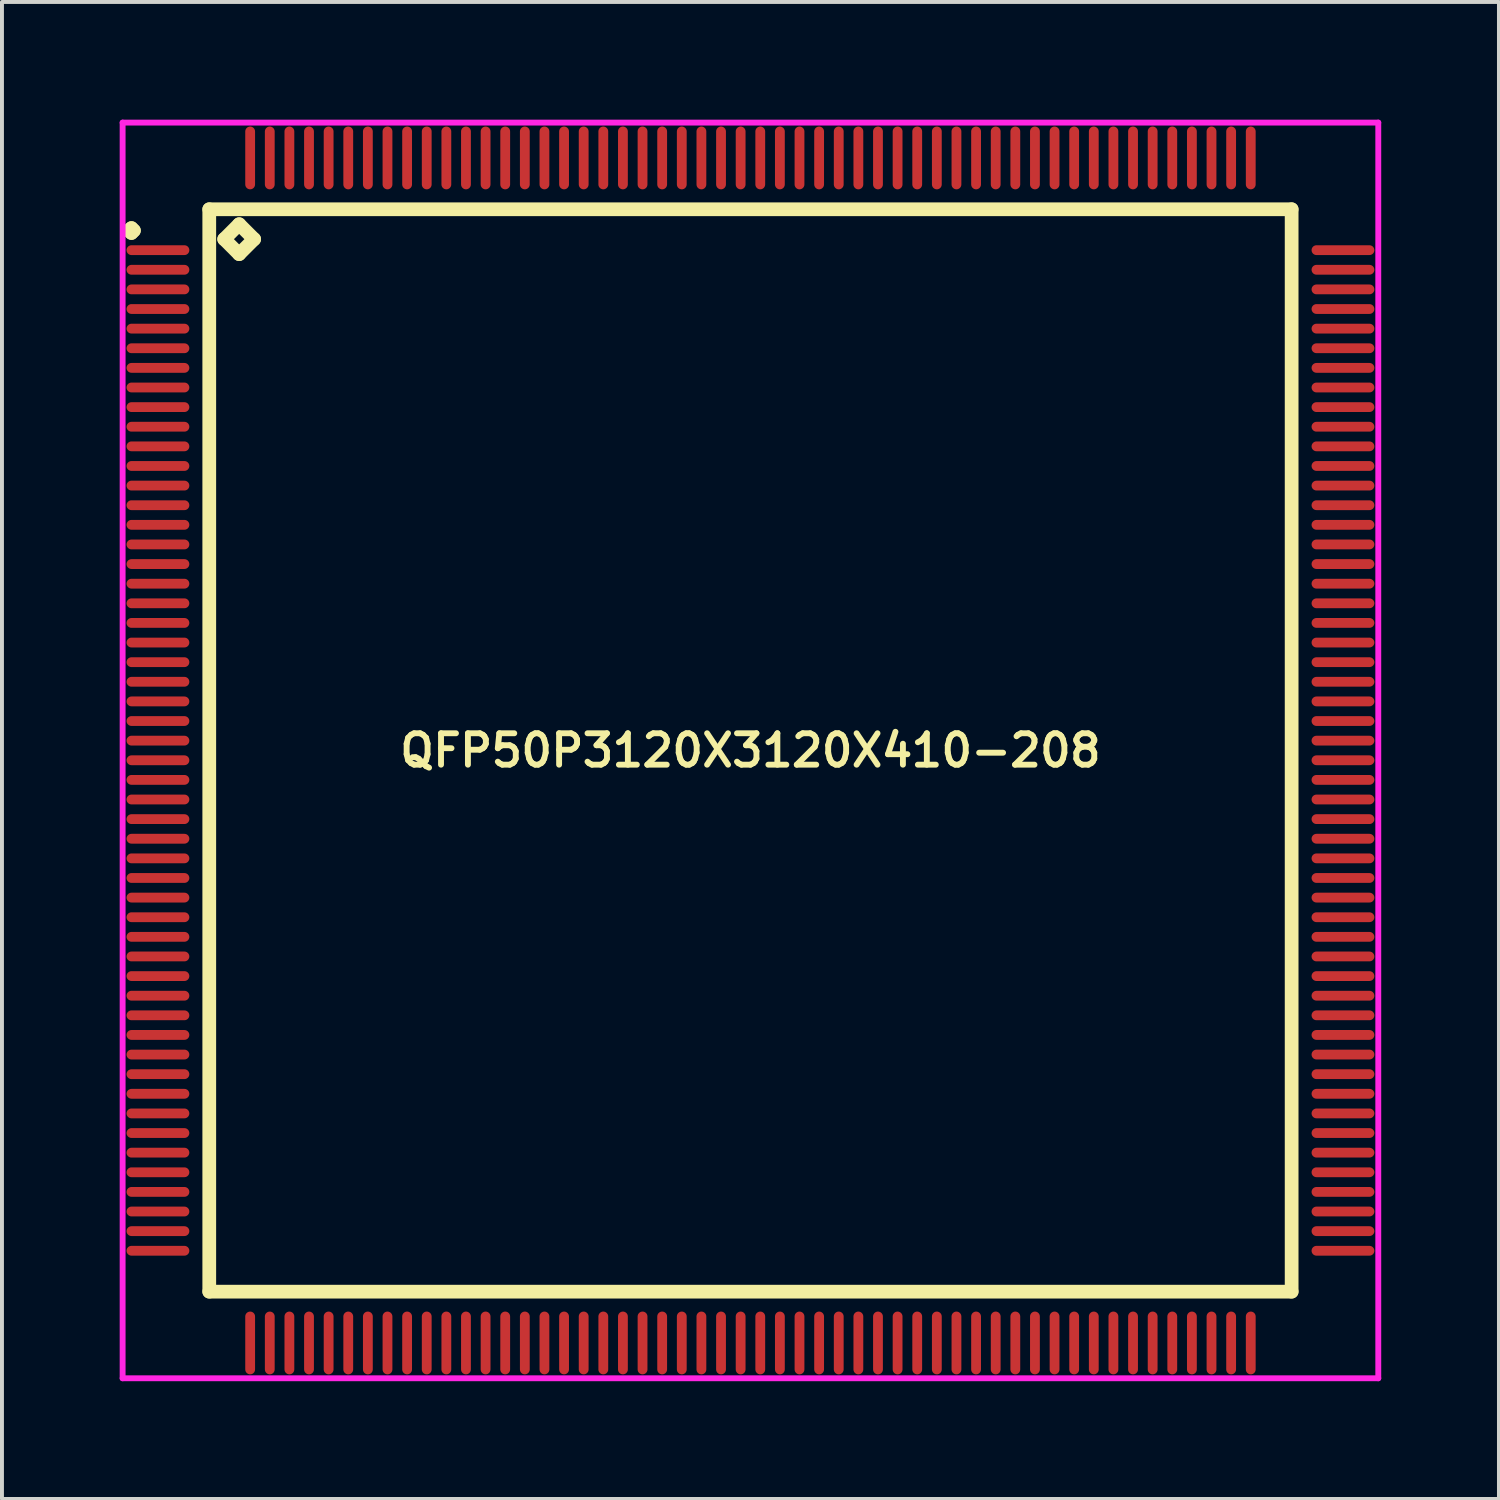
<source format=kicad_pcb>
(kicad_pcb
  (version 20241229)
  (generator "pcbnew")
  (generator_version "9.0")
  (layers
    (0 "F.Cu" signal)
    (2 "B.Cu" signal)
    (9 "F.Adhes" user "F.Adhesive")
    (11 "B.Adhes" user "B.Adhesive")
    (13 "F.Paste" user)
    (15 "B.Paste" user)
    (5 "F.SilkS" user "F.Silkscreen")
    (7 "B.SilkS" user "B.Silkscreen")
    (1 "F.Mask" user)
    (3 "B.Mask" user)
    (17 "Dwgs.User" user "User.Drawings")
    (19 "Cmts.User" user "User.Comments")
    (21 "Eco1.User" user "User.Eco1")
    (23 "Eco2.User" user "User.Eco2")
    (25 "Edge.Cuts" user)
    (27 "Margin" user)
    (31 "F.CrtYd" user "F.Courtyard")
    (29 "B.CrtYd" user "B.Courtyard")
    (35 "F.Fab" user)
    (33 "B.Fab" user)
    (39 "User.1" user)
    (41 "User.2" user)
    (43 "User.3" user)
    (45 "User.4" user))
  (footprint "QFP50P3120X3120X410-208"
    (layer "F.Cu")
    (at 16.075 16.075)
    (property "Reference" "QFP50P3120X3120X410-208" (at 0 0 0) (layer "F.SilkS") (effects (font (size 0.8 0.8) (thickness 0.15))))
    (attr smd)
    (fp_line (start -15.838 -13.25) (end -15.775 -13.312) (stroke (width 0.35) (type solid)) (layer "F.SilkS"))
    (fp_line (start -15.775 -13.312) (end -15.713 -13.25) (stroke (width 0.35) (type solid)) (layer "F.SilkS"))
    (fp_line (start -15.775 -13.188) (end -15.838 -13.25) (stroke (width 0.35) (type solid)) (layer "F.SilkS"))
    (fp_line (start -15.713 -13.25) (end -15.775 -13.188) (stroke (width 0.35) (type solid)) (layer "F.SilkS"))
    (fp_line (start -13.792 -13.792) (end -13.792 13.792) (stroke (width 0.35) (type solid)) (layer "F.SilkS"))
    (fp_line (start -13.792 13.792) (end 13.792 13.792) (stroke (width 0.35) (type solid)) (layer "F.SilkS"))
    (fp_line (start -13.411 -13.03) (end -13.03 -13.411) (stroke (width 0.35) (type solid)) (layer "F.SilkS"))
    (fp_line (start -13.03 -13.411) (end -12.649 -13.03) (stroke (width 0.35) (type solid)) (layer "F.SilkS"))
    (fp_line (start -13.03 -12.649) (end -13.411 -13.03) (stroke (width 0.35) (type solid)) (layer "F.SilkS"))
    (fp_line (start -12.649 -13.03) (end -13.03 -12.649) (stroke (width 0.35) (type solid)) (layer "F.SilkS"))
    (fp_line (start 13.792 -13.792) (end -13.792 -13.792) (stroke (width 0.35) (type solid)) (layer "F.SilkS"))
    (fp_line (start 13.792 13.792) (end 13.792 -13.792) (stroke (width 0.35) (type solid)) (layer "F.SilkS"))
    (fp_line (start -16 -16) (end 16 -16) (stroke (width 0.15) (type solid)) (layer "F.CrtYd"))
    (fp_line (start -16 16) (end -16 -16) (stroke (width 0.15) (type solid)) (layer "F.CrtYd"))
    (fp_line (start 16 -16) (end 16 16) (stroke (width 0.15) (type solid)) (layer "F.CrtYd"))
    (fp_line (start 16 16) (end -16 16) (stroke (width 0.15) (type solid)) (layer "F.CrtYd"))
    (pad "1" smd oval (at -15.1 -12.75) (size 1.6 0.25) (layers "F.Cu" "F.Mask" "F.Paste"))
    (pad "2" smd oval (at -15.1 -12.25) (size 1.6 0.25) (layers "F.Cu" "F.Mask" "F.Paste"))
    (pad "3" smd oval (at -15.1 -11.75) (size 1.6 0.25) (layers "F.Cu" "F.Mask" "F.Paste"))
    (pad "4" smd oval (at -15.1 -11.25) (size 1.6 0.25) (layers "F.Cu" "F.Mask" "F.Paste"))
    (pad "5" smd oval (at -15.1 -10.75) (size 1.6 0.25) (layers "F.Cu" "F.Mask" "F.Paste"))
    (pad "6" smd oval (at -15.1 -10.25) (size 1.6 0.25) (layers "F.Cu" "F.Mask" "F.Paste"))
    (pad "7" smd oval (at -15.1 -9.75) (size 1.6 0.25) (layers "F.Cu" "F.Mask" "F.Paste"))
    (pad "8" smd oval (at -15.1 -9.25) (size 1.6 0.25) (layers "F.Cu" "F.Mask" "F.Paste"))
    (pad "9" smd oval (at -15.1 -8.75) (size 1.6 0.25) (layers "F.Cu" "F.Mask" "F.Paste"))
    (pad "10" smd oval (at -15.1 -8.25) (size 1.6 0.25) (layers "F.Cu" "F.Mask" "F.Paste"))
    (pad "11" smd oval (at -15.1 -7.75) (size 1.6 0.25) (layers "F.Cu" "F.Mask" "F.Paste"))
    (pad "12" smd oval (at -15.1 -7.25) (size 1.6 0.25) (layers "F.Cu" "F.Mask" "F.Paste"))
    (pad "13" smd oval (at -15.1 -6.75) (size 1.6 0.25) (layers "F.Cu" "F.Mask" "F.Paste"))
    (pad "14" smd oval (at -15.1 -6.25) (size 1.6 0.25) (layers "F.Cu" "F.Mask" "F.Paste"))
    (pad "15" smd oval (at -15.1 -5.75) (size 1.6 0.25) (layers "F.Cu" "F.Mask" "F.Paste"))
    (pad "16" smd oval (at -15.1 -5.25) (size 1.6 0.25) (layers "F.Cu" "F.Mask" "F.Paste"))
    (pad "17" smd oval (at -15.1 -4.75) (size 1.6 0.25) (layers "F.Cu" "F.Mask" "F.Paste"))
    (pad "18" smd oval (at -15.1 -4.25) (size 1.6 0.25) (layers "F.Cu" "F.Mask" "F.Paste"))
    (pad "19" smd oval (at -15.1 -3.75) (size 1.6 0.25) (layers "F.Cu" "F.Mask" "F.Paste"))
    (pad "20" smd oval (at -15.1 -3.25) (size 1.6 0.25) (layers "F.Cu" "F.Mask" "F.Paste"))
    (pad "21" smd oval (at -15.1 -2.75) (size 1.6 0.25) (layers "F.Cu" "F.Mask" "F.Paste"))
    (pad "22" smd oval (at -15.1 -2.25) (size 1.6 0.25) (layers "F.Cu" "F.Mask" "F.Paste"))
    (pad "23" smd oval (at -15.1 -1.75) (size 1.6 0.25) (layers "F.Cu" "F.Mask" "F.Paste"))
    (pad "24" smd oval (at -15.1 -1.25) (size 1.6 0.25) (layers "F.Cu" "F.Mask" "F.Paste"))
    (pad "25" smd oval (at -15.1 -0.75) (size 1.6 0.25) (layers "F.Cu" "F.Mask" "F.Paste"))
    (pad "26" smd oval (at -15.1 -0.25) (size 1.6 0.25) (layers "F.Cu" "F.Mask" "F.Paste"))
    (pad "27" smd oval (at -15.1 0.25) (size 1.6 0.25) (layers "F.Cu" "F.Mask" "F.Paste"))
    (pad "28" smd oval (at -15.1 0.75) (size 1.6 0.25) (layers "F.Cu" "F.Mask" "F.Paste"))
    (pad "29" smd oval (at -15.1 1.25) (size 1.6 0.25) (layers "F.Cu" "F.Mask" "F.Paste"))
    (pad "30" smd oval (at -15.1 1.75) (size 1.6 0.25) (layers "F.Cu" "F.Mask" "F.Paste"))
    (pad "31" smd oval (at -15.1 2.25) (size 1.6 0.25) (layers "F.Cu" "F.Mask" "F.Paste"))
    (pad "32" smd oval (at -15.1 2.75) (size 1.6 0.25) (layers "F.Cu" "F.Mask" "F.Paste"))
    (pad "33" smd oval (at -15.1 3.25) (size 1.6 0.25) (layers "F.Cu" "F.Mask" "F.Paste"))
    (pad "34" smd oval (at -15.1 3.75) (size 1.6 0.25) (layers "F.Cu" "F.Mask" "F.Paste"))
    (pad "35" smd oval (at -15.1 4.25) (size 1.6 0.25) (layers "F.Cu" "F.Mask" "F.Paste"))
    (pad "36" smd oval (at -15.1 4.75) (size 1.6 0.25) (layers "F.Cu" "F.Mask" "F.Paste"))
    (pad "37" smd oval (at -15.1 5.25) (size 1.6 0.25) (layers "F.Cu" "F.Mask" "F.Paste"))
    (pad "38" smd oval (at -15.1 5.75) (size 1.6 0.25) (layers "F.Cu" "F.Mask" "F.Paste"))
    (pad "39" smd oval (at -15.1 6.25) (size 1.6 0.25) (layers "F.Cu" "F.Mask" "F.Paste"))
    (pad "40" smd oval (at -15.1 6.75) (size 1.6 0.25) (layers "F.Cu" "F.Mask" "F.Paste"))
    (pad "41" smd oval (at -15.1 7.25) (size 1.6 0.25) (layers "F.Cu" "F.Mask" "F.Paste"))
    (pad "42" smd oval (at -15.1 7.75) (size 1.6 0.25) (layers "F.Cu" "F.Mask" "F.Paste"))
    (pad "43" smd oval (at -15.1 8.25) (size 1.6 0.25) (layers "F.Cu" "F.Mask" "F.Paste"))
    (pad "44" smd oval (at -15.1 8.75) (size 1.6 0.25) (layers "F.Cu" "F.Mask" "F.Paste"))
    (pad "45" smd oval (at -15.1 9.25) (size 1.6 0.25) (layers "F.Cu" "F.Mask" "F.Paste"))
    (pad "46" smd oval (at -15.1 9.75) (size 1.6 0.25) (layers "F.Cu" "F.Mask" "F.Paste"))
    (pad "47" smd oval (at -15.1 10.25) (size 1.6 0.25) (layers "F.Cu" "F.Mask" "F.Paste"))
    (pad "48" smd oval (at -15.1 10.75) (size 1.6 0.25) (layers "F.Cu" "F.Mask" "F.Paste"))
    (pad "49" smd oval (at -15.1 11.25) (size 1.6 0.25) (layers "F.Cu" "F.Mask" "F.Paste"))
    (pad "50" smd oval (at -15.1 11.75) (size 1.6 0.25) (layers "F.Cu" "F.Mask" "F.Paste"))
    (pad "51" smd oval (at -15.1 12.25) (size 1.6 0.25) (layers "F.Cu" "F.Mask" "F.Paste"))
    (pad "52" smd oval (at -15.1 12.75) (size 1.6 0.25) (layers "F.Cu" "F.Mask" "F.Paste"))
    (pad "53" smd oval (at -12.75 15.1) (size 0.25 1.6) (layers "F.Cu" "F.Mask" "F.Paste"))
    (pad "54" smd oval (at -12.25 15.1) (size 0.25 1.6) (layers "F.Cu" "F.Mask" "F.Paste"))
    (pad "55" smd oval (at -11.75 15.1) (size 0.25 1.6) (layers "F.Cu" "F.Mask" "F.Paste"))
    (pad "56" smd oval (at -11.25 15.1) (size 0.25 1.6) (layers "F.Cu" "F.Mask" "F.Paste"))
    (pad "57" smd oval (at -10.75 15.1) (size 0.25 1.6) (layers "F.Cu" "F.Mask" "F.Paste"))
    (pad "58" smd oval (at -10.25 15.1) (size 0.25 1.6) (layers "F.Cu" "F.Mask" "F.Paste"))
    (pad "59" smd oval (at -9.75 15.1) (size 0.25 1.6) (layers "F.Cu" "F.Mask" "F.Paste"))
    (pad "60" smd oval (at -9.25 15.1) (size 0.25 1.6) (layers "F.Cu" "F.Mask" "F.Paste"))
    (pad "61" smd oval (at -8.75 15.1) (size 0.25 1.6) (layers "F.Cu" "F.Mask" "F.Paste"))
    (pad "62" smd oval (at -8.25 15.1) (size 0.25 1.6) (layers "F.Cu" "F.Mask" "F.Paste"))
    (pad "63" smd oval (at -7.75 15.1) (size 0.25 1.6) (layers "F.Cu" "F.Mask" "F.Paste"))
    (pad "64" smd oval (at -7.25 15.1) (size 0.25 1.6) (layers "F.Cu" "F.Mask" "F.Paste"))
    (pad "65" smd oval (at -6.75 15.1) (size 0.25 1.6) (layers "F.Cu" "F.Mask" "F.Paste"))
    (pad "66" smd oval (at -6.25 15.1) (size 0.25 1.6) (layers "F.Cu" "F.Mask" "F.Paste"))
    (pad "67" smd oval (at -5.75 15.1) (size 0.25 1.6) (layers "F.Cu" "F.Mask" "F.Paste"))
    (pad "68" smd oval (at -5.25 15.1) (size 0.25 1.6) (layers "F.Cu" "F.Mask" "F.Paste"))
    (pad "69" smd oval (at -4.75 15.1) (size 0.25 1.6) (layers "F.Cu" "F.Mask" "F.Paste"))
    (pad "70" smd oval (at -4.25 15.1) (size 0.25 1.6) (layers "F.Cu" "F.Mask" "F.Paste"))
    (pad "71" smd oval (at -3.75 15.1) (size 0.25 1.6) (layers "F.Cu" "F.Mask" "F.Paste"))
    (pad "72" smd oval (at -3.25 15.1) (size 0.25 1.6) (layers "F.Cu" "F.Mask" "F.Paste"))
    (pad "73" smd oval (at -2.75 15.1) (size 0.25 1.6) (layers "F.Cu" "F.Mask" "F.Paste"))
    (pad "74" smd oval (at -2.25 15.1) (size 0.25 1.6) (layers "F.Cu" "F.Mask" "F.Paste"))
    (pad "75" smd oval (at -1.75 15.1) (size 0.25 1.6) (layers "F.Cu" "F.Mask" "F.Paste"))
    (pad "76" smd oval (at -1.25 15.1) (size 0.25 1.6) (layers "F.Cu" "F.Mask" "F.Paste"))
    (pad "77" smd oval (at -0.75 15.1) (size 0.25 1.6) (layers "F.Cu" "F.Mask" "F.Paste"))
    (pad "78" smd oval (at -0.25 15.1) (size 0.25 1.6) (layers "F.Cu" "F.Mask" "F.Paste"))
    (pad "79" smd oval (at 0.25 15.1) (size 0.25 1.6) (layers "F.Cu" "F.Mask" "F.Paste"))
    (pad "80" smd oval (at 0.75 15.1) (size 0.25 1.6) (layers "F.Cu" "F.Mask" "F.Paste"))
    (pad "81" smd oval (at 1.25 15.1) (size 0.25 1.6) (layers "F.Cu" "F.Mask" "F.Paste"))
    (pad "82" smd oval (at 1.75 15.1) (size 0.25 1.6) (layers "F.Cu" "F.Mask" "F.Paste"))
    (pad "83" smd oval (at 2.25 15.1) (size 0.25 1.6) (layers "F.Cu" "F.Mask" "F.Paste"))
    (pad "84" smd oval (at 2.75 15.1) (size 0.25 1.6) (layers "F.Cu" "F.Mask" "F.Paste"))
    (pad "85" smd oval (at 3.25 15.1) (size 0.25 1.6) (layers "F.Cu" "F.Mask" "F.Paste"))
    (pad "86" smd oval (at 3.75 15.1) (size 0.25 1.6) (layers "F.Cu" "F.Mask" "F.Paste"))
    (pad "87" smd oval (at 4.25 15.1) (size 0.25 1.6) (layers "F.Cu" "F.Mask" "F.Paste"))
    (pad "88" smd oval (at 4.75 15.1) (size 0.25 1.6) (layers "F.Cu" "F.Mask" "F.Paste"))
    (pad "89" smd oval (at 5.25 15.1) (size 0.25 1.6) (layers "F.Cu" "F.Mask" "F.Paste"))
    (pad "90" smd oval (at 5.75 15.1) (size 0.25 1.6) (layers "F.Cu" "F.Mask" "F.Paste"))
    (pad "91" smd oval (at 6.25 15.1) (size 0.25 1.6) (layers "F.Cu" "F.Mask" "F.Paste"))
    (pad "92" smd oval (at 6.75 15.1) (size 0.25 1.6) (layers "F.Cu" "F.Mask" "F.Paste"))
    (pad "93" smd oval (at 7.25 15.1) (size 0.25 1.6) (layers "F.Cu" "F.Mask" "F.Paste"))
    (pad "94" smd oval (at 7.75 15.1) (size 0.25 1.6) (layers "F.Cu" "F.Mask" "F.Paste"))
    (pad "95" smd oval (at 8.25 15.1) (size 0.25 1.6) (layers "F.Cu" "F.Mask" "F.Paste"))
    (pad "96" smd oval (at 8.75 15.1) (size 0.25 1.6) (layers "F.Cu" "F.Mask" "F.Paste"))
    (pad "97" smd oval (at 9.25 15.1) (size 0.25 1.6) (layers "F.Cu" "F.Mask" "F.Paste"))
    (pad "98" smd oval (at 9.75 15.1) (size 0.25 1.6) (layers "F.Cu" "F.Mask" "F.Paste"))
    (pad "99" smd oval (at 10.25 15.1) (size 0.25 1.6) (layers "F.Cu" "F.Mask" "F.Paste"))
    (pad "100" smd oval (at 10.75 15.1) (size 0.25 1.6) (layers "F.Cu" "F.Mask" "F.Paste"))
    (pad "101" smd oval (at 11.25 15.1) (size 0.25 1.6) (layers "F.Cu" "F.Mask" "F.Paste"))
    (pad "102" smd oval (at 11.75 15.1) (size 0.25 1.6) (layers "F.Cu" "F.Mask" "F.Paste"))
    (pad "103" smd oval (at 12.25 15.1) (size 0.25 1.6) (layers "F.Cu" "F.Mask" "F.Paste"))
    (pad "104" smd oval (at 12.75 15.1) (size 0.25 1.6) (layers "F.Cu" "F.Mask" "F.Paste"))
    (pad "105" smd oval (at 15.1 12.75) (size 1.6 0.25) (layers "F.Cu" "F.Mask" "F.Paste"))
    (pad "106" smd oval (at 15.1 12.25) (size 1.6 0.25) (layers "F.Cu" "F.Mask" "F.Paste"))
    (pad "107" smd oval (at 15.1 11.75) (size 1.6 0.25) (layers "F.Cu" "F.Mask" "F.Paste"))
    (pad "108" smd oval (at 15.1 11.25) (size 1.6 0.25) (layers "F.Cu" "F.Mask" "F.Paste"))
    (pad "109" smd oval (at 15.1 10.75) (size 1.6 0.25) (layers "F.Cu" "F.Mask" "F.Paste"))
    (pad "110" smd oval (at 15.1 10.25) (size 1.6 0.25) (layers "F.Cu" "F.Mask" "F.Paste"))
    (pad "111" smd oval (at 15.1 9.75) (size 1.6 0.25) (layers "F.Cu" "F.Mask" "F.Paste"))
    (pad "112" smd oval (at 15.1 9.25) (size 1.6 0.25) (layers "F.Cu" "F.Mask" "F.Paste"))
    (pad "113" smd oval (at 15.1 8.75) (size 1.6 0.25) (layers "F.Cu" "F.Mask" "F.Paste"))
    (pad "114" smd oval (at 15.1 8.25) (size 1.6 0.25) (layers "F.Cu" "F.Mask" "F.Paste"))
    (pad "115" smd oval (at 15.1 7.75) (size 1.6 0.25) (layers "F.Cu" "F.Mask" "F.Paste"))
    (pad "116" smd oval (at 15.1 7.25) (size 1.6 0.25) (layers "F.Cu" "F.Mask" "F.Paste"))
    (pad "117" smd oval (at 15.1 6.75) (size 1.6 0.25) (layers "F.Cu" "F.Mask" "F.Paste"))
    (pad "118" smd oval (at 15.1 6.25) (size 1.6 0.25) (layers "F.Cu" "F.Mask" "F.Paste"))
    (pad "119" smd oval (at 15.1 5.75) (size 1.6 0.25) (layers "F.Cu" "F.Mask" "F.Paste"))
    (pad "120" smd oval (at 15.1 5.25) (size 1.6 0.25) (layers "F.Cu" "F.Mask" "F.Paste"))
    (pad "121" smd oval (at 15.1 4.75) (size 1.6 0.25) (layers "F.Cu" "F.Mask" "F.Paste"))
    (pad "122" smd oval (at 15.1 4.25) (size 1.6 0.25) (layers "F.Cu" "F.Mask" "F.Paste"))
    (pad "123" smd oval (at 15.1 3.75) (size 1.6 0.25) (layers "F.Cu" "F.Mask" "F.Paste"))
    (pad "124" smd oval (at 15.1 3.25) (size 1.6 0.25) (layers "F.Cu" "F.Mask" "F.Paste"))
    (pad "125" smd oval (at 15.1 2.75) (size 1.6 0.25) (layers "F.Cu" "F.Mask" "F.Paste"))
    (pad "126" smd oval (at 15.1 2.25) (size 1.6 0.25) (layers "F.Cu" "F.Mask" "F.Paste"))
    (pad "127" smd oval (at 15.1 1.75) (size 1.6 0.25) (layers "F.Cu" "F.Mask" "F.Paste"))
    (pad "128" smd oval (at 15.1 1.25) (size 1.6 0.25) (layers "F.Cu" "F.Mask" "F.Paste"))
    (pad "129" smd oval (at 15.1 0.75) (size 1.6 0.25) (layers "F.Cu" "F.Mask" "F.Paste"))
    (pad "130" smd oval (at 15.1 0.25) (size 1.6 0.25) (layers "F.Cu" "F.Mask" "F.Paste"))
    (pad "131" smd oval (at 15.1 -0.25) (size 1.6 0.25) (layers "F.Cu" "F.Mask" "F.Paste"))
    (pad "132" smd oval (at 15.1 -0.75) (size 1.6 0.25) (layers "F.Cu" "F.Mask" "F.Paste"))
    (pad "133" smd oval (at 15.1 -1.25) (size 1.6 0.25) (layers "F.Cu" "F.Mask" "F.Paste"))
    (pad "134" smd oval (at 15.1 -1.75) (size 1.6 0.25) (layers "F.Cu" "F.Mask" "F.Paste"))
    (pad "135" smd oval (at 15.1 -2.25) (size 1.6 0.25) (layers "F.Cu" "F.Mask" "F.Paste"))
    (pad "136" smd oval (at 15.1 -2.75) (size 1.6 0.25) (layers "F.Cu" "F.Mask" "F.Paste"))
    (pad "137" smd oval (at 15.1 -3.25) (size 1.6 0.25) (layers "F.Cu" "F.Mask" "F.Paste"))
    (pad "138" smd oval (at 15.1 -3.75) (size 1.6 0.25) (layers "F.Cu" "F.Mask" "F.Paste"))
    (pad "139" smd oval (at 15.1 -4.25) (size 1.6 0.25) (layers "F.Cu" "F.Mask" "F.Paste"))
    (pad "140" smd oval (at 15.1 -4.75) (size 1.6 0.25) (layers "F.Cu" "F.Mask" "F.Paste"))
    (pad "141" smd oval (at 15.1 -5.25) (size 1.6 0.25) (layers "F.Cu" "F.Mask" "F.Paste"))
    (pad "142" smd oval (at 15.1 -5.75) (size 1.6 0.25) (layers "F.Cu" "F.Mask" "F.Paste"))
    (pad "143" smd oval (at 15.1 -6.25) (size 1.6 0.25) (layers "F.Cu" "F.Mask" "F.Paste"))
    (pad "144" smd oval (at 15.1 -6.75) (size 1.6 0.25) (layers "F.Cu" "F.Mask" "F.Paste"))
    (pad "145" smd oval (at 15.1 -7.25) (size 1.6 0.25) (layers "F.Cu" "F.Mask" "F.Paste"))
    (pad "146" smd oval (at 15.1 -7.75) (size 1.6 0.25) (layers "F.Cu" "F.Mask" "F.Paste"))
    (pad "147" smd oval (at 15.1 -8.25) (size 1.6 0.25) (layers "F.Cu" "F.Mask" "F.Paste"))
    (pad "148" smd oval (at 15.1 -8.75) (size 1.6 0.25) (layers "F.Cu" "F.Mask" "F.Paste"))
    (pad "149" smd oval (at 15.1 -9.25) (size 1.6 0.25) (layers "F.Cu" "F.Mask" "F.Paste"))
    (pad "150" smd oval (at 15.1 -9.75) (size 1.6 0.25) (layers "F.Cu" "F.Mask" "F.Paste"))
    (pad "151" smd oval (at 15.1 -10.25) (size 1.6 0.25) (layers "F.Cu" "F.Mask" "F.Paste"))
    (pad "152" smd oval (at 15.1 -10.75) (size 1.6 0.25) (layers "F.Cu" "F.Mask" "F.Paste"))
    (pad "153" smd oval (at 15.1 -11.25) (size 1.6 0.25) (layers "F.Cu" "F.Mask" "F.Paste"))
    (pad "154" smd oval (at 15.1 -11.75) (size 1.6 0.25) (layers "F.Cu" "F.Mask" "F.Paste"))
    (pad "155" smd oval (at 15.1 -12.25) (size 1.6 0.25) (layers "F.Cu" "F.Mask" "F.Paste"))
    (pad "156" smd oval (at 15.1 -12.75) (size 1.6 0.25) (layers "F.Cu" "F.Mask" "F.Paste"))
    (pad "157" smd oval (at 12.75 -15.1) (size 0.25 1.6) (layers "F.Cu" "F.Mask" "F.Paste"))
    (pad "158" smd oval (at 12.25 -15.1) (size 0.25 1.6) (layers "F.Cu" "F.Mask" "F.Paste"))
    (pad "159" smd oval (at 11.75 -15.1) (size 0.25 1.6) (layers "F.Cu" "F.Mask" "F.Paste"))
    (pad "160" smd oval (at 11.25 -15.1) (size 0.25 1.6) (layers "F.Cu" "F.Mask" "F.Paste"))
    (pad "161" smd oval (at 10.75 -15.1) (size 0.25 1.6) (layers "F.Cu" "F.Mask" "F.Paste"))
    (pad "162" smd oval (at 10.25 -15.1) (size 0.25 1.6) (layers "F.Cu" "F.Mask" "F.Paste"))
    (pad "163" smd oval (at 9.75 -15.1) (size 0.25 1.6) (layers "F.Cu" "F.Mask" "F.Paste"))
    (pad "164" smd oval (at 9.25 -15.1) (size 0.25 1.6) (layers "F.Cu" "F.Mask" "F.Paste"))
    (pad "165" smd oval (at 8.75 -15.1) (size 0.25 1.6) (layers "F.Cu" "F.Mask" "F.Paste"))
    (pad "166" smd oval (at 8.25 -15.1) (size 0.25 1.6) (layers "F.Cu" "F.Mask" "F.Paste"))
    (pad "167" smd oval (at 7.75 -15.1) (size 0.25 1.6) (layers "F.Cu" "F.Mask" "F.Paste"))
    (pad "168" smd oval (at 7.25 -15.1) (size 0.25 1.6) (layers "F.Cu" "F.Mask" "F.Paste"))
    (pad "169" smd oval (at 6.75 -15.1) (size 0.25 1.6) (layers "F.Cu" "F.Mask" "F.Paste"))
    (pad "170" smd oval (at 6.25 -15.1) (size 0.25 1.6) (layers "F.Cu" "F.Mask" "F.Paste"))
    (pad "171" smd oval (at 5.75 -15.1) (size 0.25 1.6) (layers "F.Cu" "F.Mask" "F.Paste"))
    (pad "172" smd oval (at 5.25 -15.1) (size 0.25 1.6) (layers "F.Cu" "F.Mask" "F.Paste"))
    (pad "173" smd oval (at 4.75 -15.1) (size 0.25 1.6) (layers "F.Cu" "F.Mask" "F.Paste"))
    (pad "174" smd oval (at 4.25 -15.1) (size 0.25 1.6) (layers "F.Cu" "F.Mask" "F.Paste"))
    (pad "175" smd oval (at 3.75 -15.1) (size 0.25 1.6) (layers "F.Cu" "F.Mask" "F.Paste"))
    (pad "176" smd oval (at 3.25 -15.1) (size 0.25 1.6) (layers "F.Cu" "F.Mask" "F.Paste"))
    (pad "177" smd oval (at 2.75 -15.1) (size 0.25 1.6) (layers "F.Cu" "F.Mask" "F.Paste"))
    (pad "178" smd oval (at 2.25 -15.1) (size 0.25 1.6) (layers "F.Cu" "F.Mask" "F.Paste"))
    (pad "179" smd oval (at 1.75 -15.1) (size 0.25 1.6) (layers "F.Cu" "F.Mask" "F.Paste"))
    (pad "180" smd oval (at 1.25 -15.1) (size 0.25 1.6) (layers "F.Cu" "F.Mask" "F.Paste"))
    (pad "181" smd oval (at 0.75 -15.1) (size 0.25 1.6) (layers "F.Cu" "F.Mask" "F.Paste"))
    (pad "182" smd oval (at 0.25 -15.1) (size 0.25 1.6) (layers "F.Cu" "F.Mask" "F.Paste"))
    (pad "183" smd oval (at -0.25 -15.1) (size 0.25 1.6) (layers "F.Cu" "F.Mask" "F.Paste"))
    (pad "184" smd oval (at -0.75 -15.1) (size 0.25 1.6) (layers "F.Cu" "F.Mask" "F.Paste"))
    (pad "185" smd oval (at -1.25 -15.1) (size 0.25 1.6) (layers "F.Cu" "F.Mask" "F.Paste"))
    (pad "186" smd oval (at -1.75 -15.1) (size 0.25 1.6) (layers "F.Cu" "F.Mask" "F.Paste"))
    (pad "187" smd oval (at -2.25 -15.1) (size 0.25 1.6) (layers "F.Cu" "F.Mask" "F.Paste"))
    (pad "188" smd oval (at -2.75 -15.1) (size 0.25 1.6) (layers "F.Cu" "F.Mask" "F.Paste"))
    (pad "189" smd oval (at -3.25 -15.1) (size 0.25 1.6) (layers "F.Cu" "F.Mask" "F.Paste"))
    (pad "190" smd oval (at -3.75 -15.1) (size 0.25 1.6) (layers "F.Cu" "F.Mask" "F.Paste"))
    (pad "191" smd oval (at -4.25 -15.1) (size 0.25 1.6) (layers "F.Cu" "F.Mask" "F.Paste"))
    (pad "192" smd oval (at -4.75 -15.1) (size 0.25 1.6) (layers "F.Cu" "F.Mask" "F.Paste"))
    (pad "193" smd oval (at -5.25 -15.1) (size 0.25 1.6) (layers "F.Cu" "F.Mask" "F.Paste"))
    (pad "194" smd oval (at -5.75 -15.1) (size 0.25 1.6) (layers "F.Cu" "F.Mask" "F.Paste"))
    (pad "195" smd oval (at -6.25 -15.1) (size 0.25 1.6) (layers "F.Cu" "F.Mask" "F.Paste"))
    (pad "196" smd oval (at -6.75 -15.1) (size 0.25 1.6) (layers "F.Cu" "F.Mask" "F.Paste"))
    (pad "197" smd oval (at -7.25 -15.1) (size 0.25 1.6) (layers "F.Cu" "F.Mask" "F.Paste"))
    (pad "198" smd oval (at -7.75 -15.1) (size 0.25 1.6) (layers "F.Cu" "F.Mask" "F.Paste"))
    (pad "199" smd oval (at -8.25 -15.1) (size 0.25 1.6) (layers "F.Cu" "F.Mask" "F.Paste"))
    (pad "200" smd oval (at -8.75 -15.1) (size 0.25 1.6) (layers "F.Cu" "F.Mask" "F.Paste"))
    (pad "201" smd oval (at -9.25 -15.1) (size 0.25 1.6) (layers "F.Cu" "F.Mask" "F.Paste"))
    (pad "202" smd oval (at -9.75 -15.1) (size 0.25 1.6) (layers "F.Cu" "F.Mask" "F.Paste"))
    (pad "203" smd oval (at -10.25 -15.1) (size 0.25 1.6) (layers "F.Cu" "F.Mask" "F.Paste"))
    (pad "204" smd oval (at -10.75 -15.1) (size 0.25 1.6) (layers "F.Cu" "F.Mask" "F.Paste"))
    (pad "205" smd oval (at -11.25 -15.1) (size 0.25 1.6) (layers "F.Cu" "F.Mask" "F.Paste"))
    (pad "206" smd oval (at -11.75 -15.1) (size 0.25 1.6) (layers "F.Cu" "F.Mask" "F.Paste"))
    (pad "207" smd oval (at -12.25 -15.1) (size 0.25 1.6) (layers "F.Cu" "F.Mask" "F.Paste"))
    (pad "208" smd oval (at -12.75 -15.1) (size 0.25 1.6) (layers "F.Cu" "F.Mask" "F.Paste")))
  (gr_rect
    (start -3 -3)
    (end 35.15 35.15)
    (stroke (width 0.1) (type default))
    (fill no)
    (layer "Edge.Cuts")))
</source>
